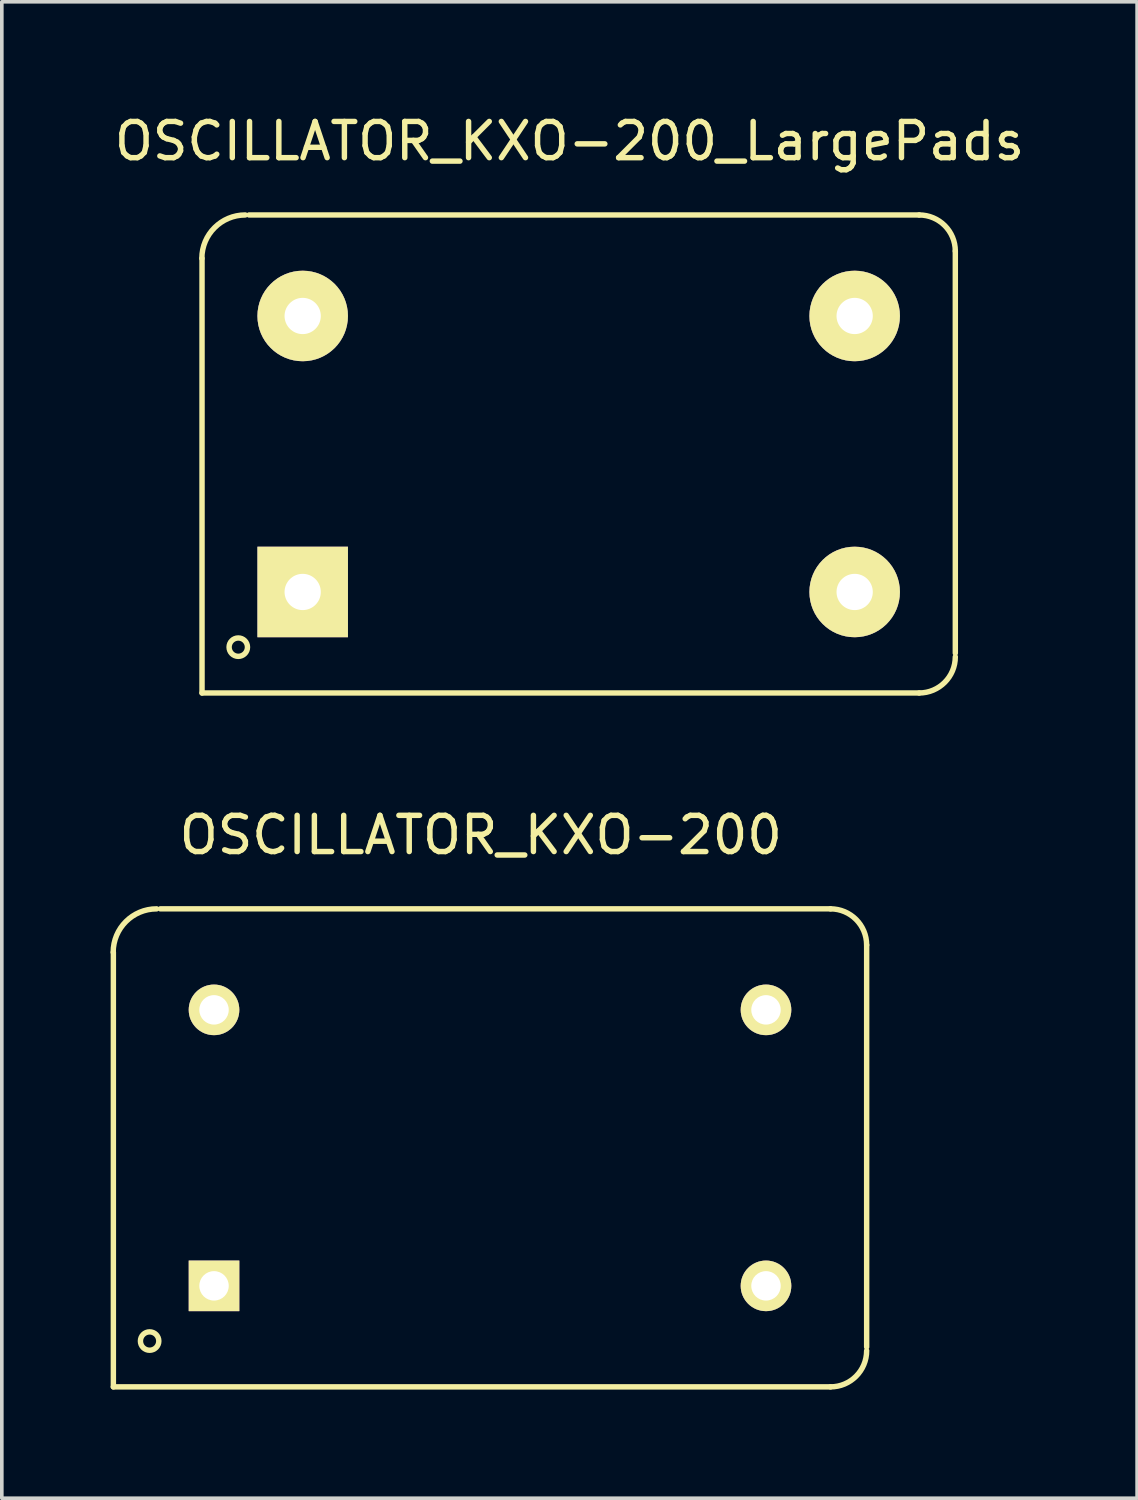
<source format=kicad_pcb>
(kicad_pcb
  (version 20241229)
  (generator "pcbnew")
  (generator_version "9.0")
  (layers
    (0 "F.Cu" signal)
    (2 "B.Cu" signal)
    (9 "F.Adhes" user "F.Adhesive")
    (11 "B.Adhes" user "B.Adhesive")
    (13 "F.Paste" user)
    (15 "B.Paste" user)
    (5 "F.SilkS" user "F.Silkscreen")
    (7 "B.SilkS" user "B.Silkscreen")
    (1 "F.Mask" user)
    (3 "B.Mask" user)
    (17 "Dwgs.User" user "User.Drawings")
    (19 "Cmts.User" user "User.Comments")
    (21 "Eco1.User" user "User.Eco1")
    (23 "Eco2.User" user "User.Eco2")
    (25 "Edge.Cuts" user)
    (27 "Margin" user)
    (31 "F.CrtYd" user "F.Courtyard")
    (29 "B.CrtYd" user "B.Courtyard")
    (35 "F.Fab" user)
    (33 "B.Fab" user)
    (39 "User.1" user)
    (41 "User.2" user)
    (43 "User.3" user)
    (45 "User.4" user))
  (footprint "OSCILLATOR_KXO-200_LargePads"
    (layer "F.Cu")
    (at 12.927 9.484)
    (property "Reference" "OSCILLATOR_KXO-200_LargePads" (at -0.254 -8.636 0) (layer "F.SilkS") (effects (font (size 1 1) (thickness 0.15))))
    (attr through_hole)
    (fp_line (start -10.399 -5.4) (end -10.399 6.599) (stroke (width 0.15) (type solid)) (layer "F.SilkS"))
    (fp_line (start -9.101 -6.599) (end 9.401 -6.599) (stroke (width 0.15) (type solid)) (layer "F.SilkS"))
    (fp_line (start 9.401 6.599) (end -10.399 6.599) (stroke (width 0.15) (type solid)) (layer "F.SilkS"))
    (fp_line (start 10.399 -5.601) (end 10.399 5.499) (stroke (width 0.15) (type solid)) (layer "F.SilkS"))
    (fp_arc (start -10.40384 -5.40004) (mid -10.052696 -6.247776) (end -9.20496 -6.59892) (stroke (width 0.15) (type solid)) (layer "F.SilkS"))
    (fp_arc (start 9.40054 -6.59892) (mid 10.106388 -6.306548) (end 10.39876 -5.6007) (stroke (width 0.15) (type solid)) (layer "F.SilkS"))
    (fp_arc (start 10.39876 5.6007) (mid 10.106388 6.306548) (end 9.40054 6.59892) (stroke (width 0.15) (type solid)) (layer "F.SilkS"))
    (fp_circle (center -9.398 5.334) (end -9.398 5.588) (stroke (width 0.15) (type solid)) (fill no) (layer "F.SilkS"))
    (pad "1" thru_hole rect (at -7.62 3.81) (size 2.499 2.499) (drill 1.001) (layers "*.Cu" "*.Mask" "F.SilkS"))
    (pad "7" thru_hole circle (at 7.62 3.81) (size 2.499 2.499) (drill 1.001) (layers "*.Cu" "*.Mask" "F.SilkS"))
    (pad "8" thru_hole circle (at 7.62 -3.81) (size 2.499 2.499) (drill 1.001) (layers "*.Cu" "*.Mask" "F.SilkS"))
    (pad "14" thru_hole circle (at -7.62 -3.81) (size 2.499 2.499) (drill 1.001) (layers "*.Cu" "*.Mask" "F.SilkS")))
  (footprint "OSCILLATOR_KXO-200"
    (layer "F.Cu")
    (at 10.479 28.642)
    (property "Reference" "OSCILLATOR_KXO-200" (at -0.254 -8.636 0) (layer "F.SilkS") (effects (font (size 1 1) (thickness 0.15))))
    (attr through_hole)
    (fp_line (start -10.399 -5.4) (end -10.399 6.599) (stroke (width 0.15) (type solid)) (layer "F.SilkS"))
    (fp_line (start -9.101 -6.599) (end 9.401 -6.599) (stroke (width 0.15) (type solid)) (layer "F.SilkS"))
    (fp_line (start 9.401 6.599) (end -10.399 6.599) (stroke (width 0.15) (type solid)) (layer "F.SilkS"))
    (fp_line (start 10.399 -5.601) (end 10.399 5.499) (stroke (width 0.15) (type solid)) (layer "F.SilkS"))
    (fp_arc (start -10.40384 -5.40004) (mid -10.052696 -6.247776) (end -9.20496 -6.59892) (stroke (width 0.15) (type solid)) (layer "F.SilkS"))
    (fp_arc (start 9.40054 -6.59892) (mid 10.106388 -6.306548) (end 10.39876 -5.6007) (stroke (width 0.15) (type solid)) (layer "F.SilkS"))
    (fp_arc (start 10.39876 5.6007) (mid 10.106388 6.306548) (end 9.40054 6.59892) (stroke (width 0.15) (type solid)) (layer "F.SilkS"))
    (fp_circle (center -9.398 5.334) (end -9.398 5.588) (stroke (width 0.15) (type solid)) (fill no) (layer "F.SilkS"))
    (pad "1" thru_hole rect (at -7.62 3.81) (size 1.397 1.397) (drill 0.813) (layers "*.Cu" "*.Mask" "F.SilkS"))
    (pad "7" thru_hole circle (at 7.62 3.81) (size 1.397 1.397) (drill 0.813) (layers "*.Cu" "*.Mask" "F.SilkS"))
    (pad "8" thru_hole circle (at 7.62 -3.81) (size 1.397 1.397) (drill 0.813) (layers "*.Cu" "*.Mask" "F.SilkS"))
    (pad "14" thru_hole circle (at -7.62 -3.81) (size 1.397 1.397) (drill 0.813) (layers "*.Cu" "*.Mask" "F.SilkS")))
  (gr_rect
    (start -3 -3)
    (end 28.345 38.316)
    (stroke (width 0.1) (type default))
    (fill no)
    (layer "Edge.Cuts")))
</source>
